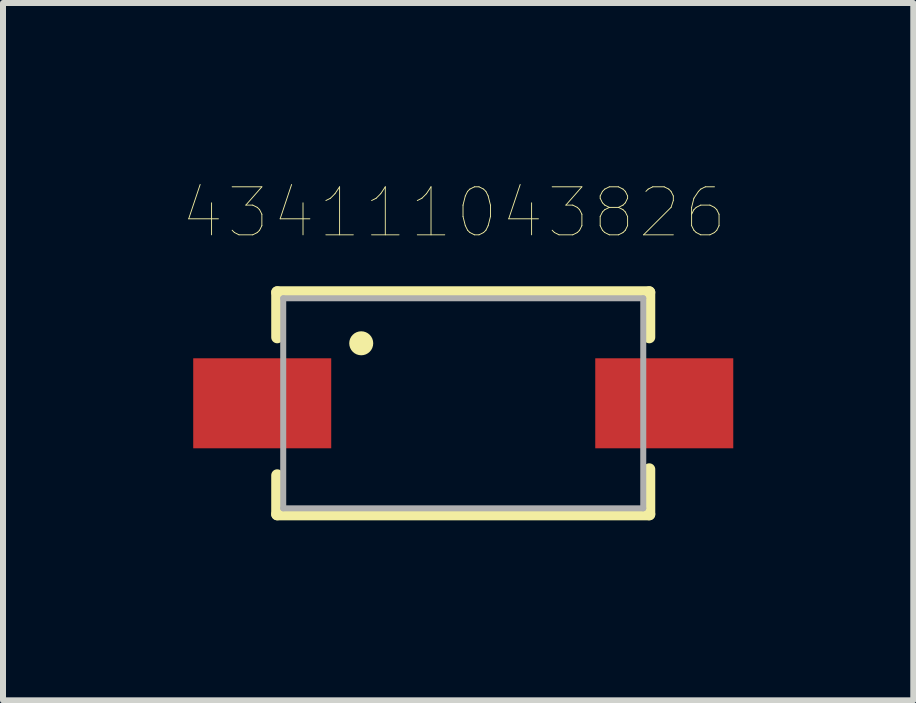
<source format=kicad_pcb>
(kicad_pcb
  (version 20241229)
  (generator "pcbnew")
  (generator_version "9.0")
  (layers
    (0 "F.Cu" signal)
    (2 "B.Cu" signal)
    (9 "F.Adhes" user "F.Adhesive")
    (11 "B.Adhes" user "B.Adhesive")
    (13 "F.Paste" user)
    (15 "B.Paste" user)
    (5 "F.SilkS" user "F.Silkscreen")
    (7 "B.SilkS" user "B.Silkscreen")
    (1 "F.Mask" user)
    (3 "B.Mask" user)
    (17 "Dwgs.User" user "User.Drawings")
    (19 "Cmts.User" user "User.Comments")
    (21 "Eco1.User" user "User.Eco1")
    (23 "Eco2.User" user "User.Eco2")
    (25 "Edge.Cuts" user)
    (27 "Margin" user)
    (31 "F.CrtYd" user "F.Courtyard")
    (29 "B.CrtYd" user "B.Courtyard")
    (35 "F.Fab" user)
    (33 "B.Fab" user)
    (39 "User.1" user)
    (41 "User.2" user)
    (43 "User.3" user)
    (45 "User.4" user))
  (footprint "434111043826"
    (layer "F.Cu")
    (at 4.67 3.671)
    (property "Reference" "434111043826" (at -0.156 -3.177 0) (layer "F.SilkS") (effects (font (size 0.8 0.8) (thickness 0.015))))
    (attr through_hole)
    (fp_line (start -3.1 -1.85) (end 3.1 -1.85) (stroke (width 0.2) (type solid)) (layer "F.SilkS"))
    (fp_line (start -3.1 -1.1) (end -3.1 -1.85) (stroke (width 0.2) (type solid)) (layer "F.SilkS"))
    (fp_line (start -3.1 1.2) (end -3.1 1.85) (stroke (width 0.2) (type solid)) (layer "F.SilkS"))
    (fp_line (start -3.1 1.85) (end 3.1 1.85) (stroke (width 0.2) (type solid)) (layer "F.SilkS"))
    (fp_line (start 3.1 -1.85) (end 3.1 -1.1) (stroke (width 0.2) (type solid)) (layer "F.SilkS"))
    (fp_line (start 3.1 1.85) (end 3.1 1.1) (stroke (width 0.2) (type solid)) (layer "F.SilkS"))
    (fp_circle (center -1.7 -1) (end -1.6 -1) (stroke (width 0.2) (type solid)) (fill no) (layer "F.SilkS"))
    (fp_line (start -3 -1.75) (end -3 1.75) (stroke (width 0.1) (type solid)) (layer "F.Fab"))
    (fp_line (start -3 1.75) (end 3 1.75) (stroke (width 0.1) (type solid)) (layer "F.Fab"))
    (fp_line (start 3 -1.75) (end -3 -1.75) (stroke (width 0.1) (type solid)) (layer "F.Fab"))
    (fp_line (start 3 1.75) (end 3 -1.75) (stroke (width 0.1) (type solid)) (layer "F.Fab"))
    (pad "1" smd rect (at -3.35 0) (size 2.3 1.5) (layers "F.Cu" "F.Mask" "F.Paste"))
    (pad "2" smd rect (at 3.35 0) (size 2.3 1.5) (layers "F.Cu" "F.Mask" "F.Paste")))
  (gr_rect
    (start -3 -3)
    (end 12.17 8.621)
    (stroke (width 0.1) (type default))
    (fill no)
    (layer "Edge.Cuts")))
</source>
